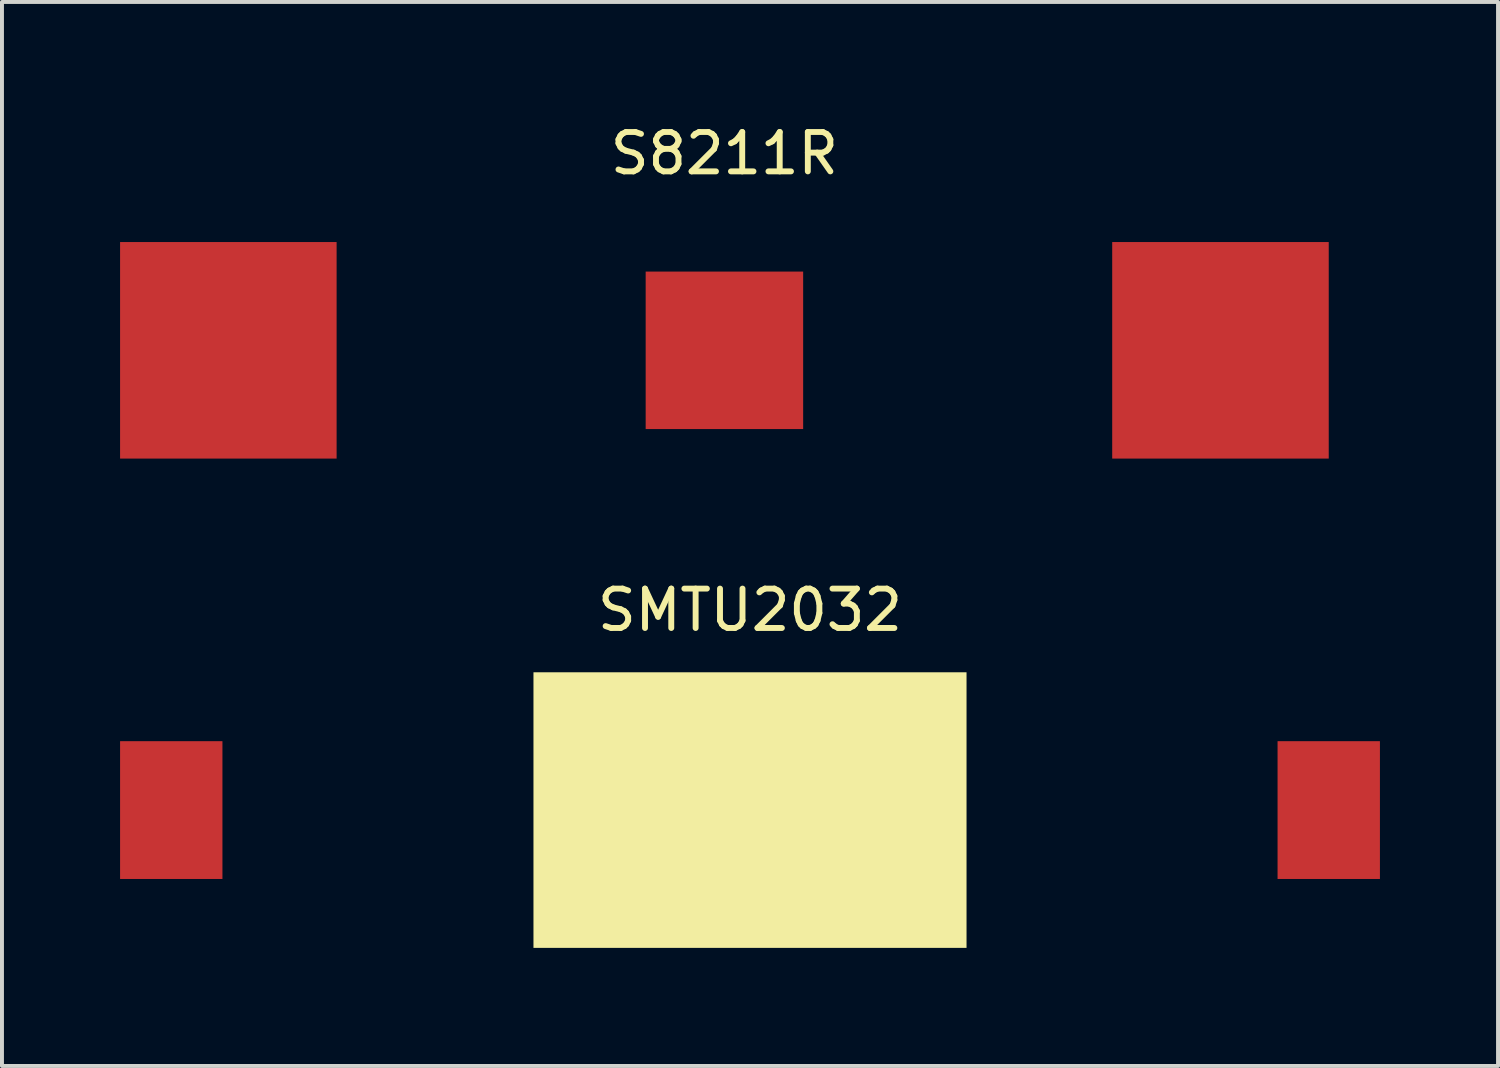
<source format=kicad_pcb>
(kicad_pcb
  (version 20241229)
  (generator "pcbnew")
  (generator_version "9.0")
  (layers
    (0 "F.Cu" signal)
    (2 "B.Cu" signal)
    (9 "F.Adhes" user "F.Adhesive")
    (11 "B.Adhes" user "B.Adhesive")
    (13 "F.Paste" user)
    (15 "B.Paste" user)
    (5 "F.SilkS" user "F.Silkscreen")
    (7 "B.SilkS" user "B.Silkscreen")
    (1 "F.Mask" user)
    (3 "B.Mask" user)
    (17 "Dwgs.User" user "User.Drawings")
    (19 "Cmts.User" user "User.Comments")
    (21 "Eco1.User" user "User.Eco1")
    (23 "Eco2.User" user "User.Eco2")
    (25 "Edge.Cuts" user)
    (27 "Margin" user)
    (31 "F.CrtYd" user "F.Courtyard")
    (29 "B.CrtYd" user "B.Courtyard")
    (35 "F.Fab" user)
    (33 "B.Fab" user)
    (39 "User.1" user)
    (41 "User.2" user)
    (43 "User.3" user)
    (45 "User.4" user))
  (footprint "S8211R"
    (layer "F.Cu")
    (at 15.35 5.848)
    (property "Reference" "S8211R" (at 0 -5 0) (layer "F.SilkS") (effects (font (size 1 1) (thickness 0.15))))
    (attr through_hole)
    (pad "1" smd rect (at -12.6 0) (size 5.5 5.5) (layers "F.Cu" "F.Mask" "F.Paste"))
    (pad "1" smd rect (at 12.6 0) (size 5.5 5.5) (layers "F.Cu" "F.Mask" "F.Paste"))
    (pad "2" smd rect (at 0 0) (size 4 4) (layers "F.Cu" "F.Mask" "F.Paste")))
  (footprint "SMTU2032"
    (layer "F.Cu")
    (at 16 17.526)
    (property "Reference" "SMTU2032" (at 0 -5.08 0) (layer "F.SilkS") (effects (font (size 1 1) (thickness 0.15))))
    (attr through_hole)
    (pad "" smd rect (at 0 0) (size 11 7) (layers "F.SilkS"))
    (pad "1" smd rect (at 14.7 0) (size 2.6 3.5) (layers "F.Cu" "F.Mask" "F.Paste"))
    (pad "2" smd rect (at -14.7 0) (size 2.6 3.5) (layers "F.Cu" "F.Mask" "F.Paste")))
  (gr_rect
    (start -3 -3)
    (end 35 24.026)
    (stroke (width 0.1) (type default))
    (fill no)
    (layer "Edge.Cuts")))
</source>
